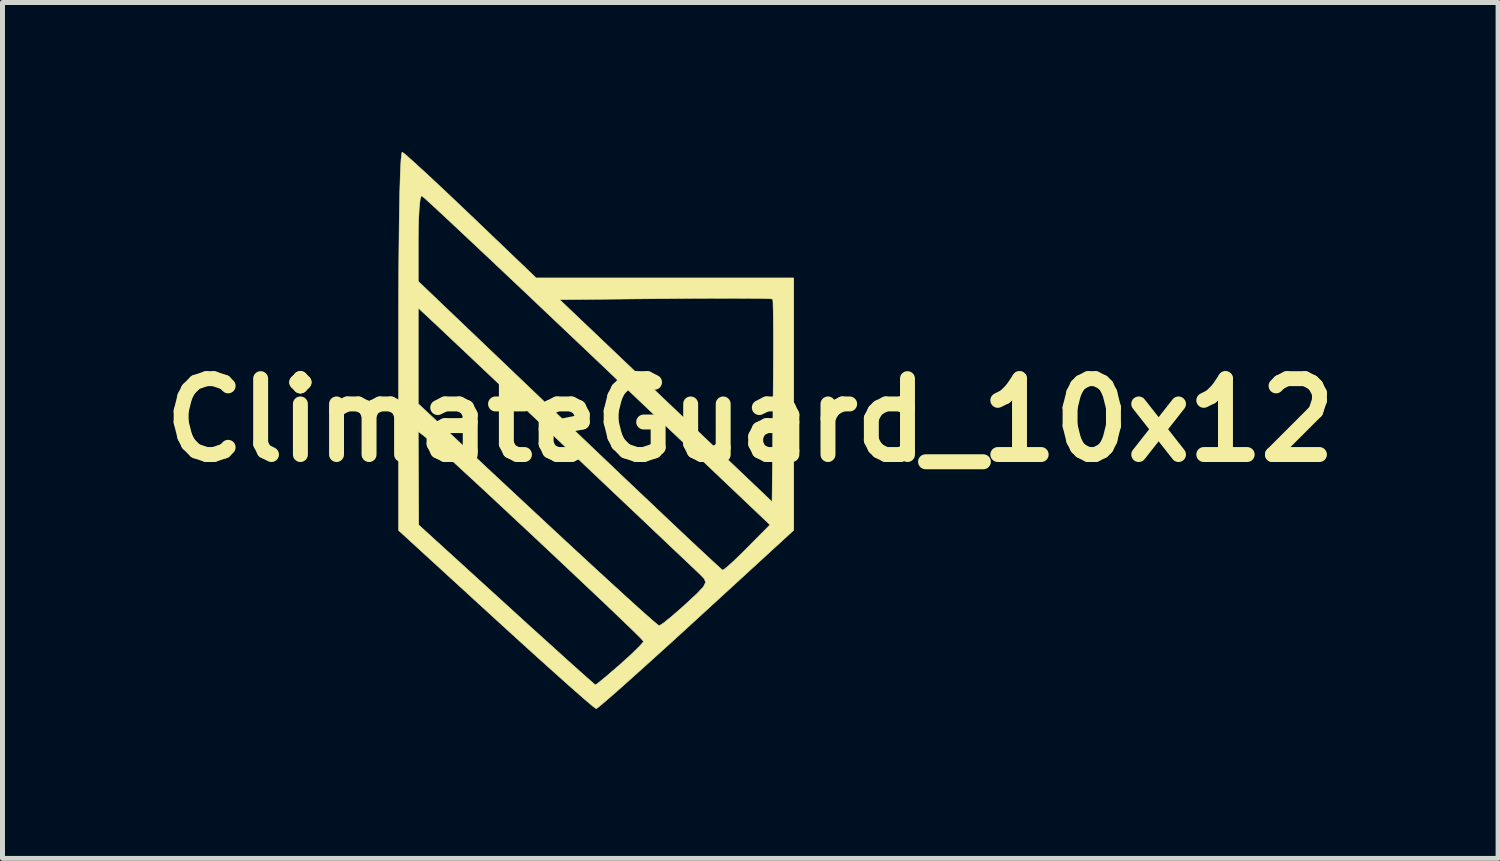
<source format=kicad_pcb>
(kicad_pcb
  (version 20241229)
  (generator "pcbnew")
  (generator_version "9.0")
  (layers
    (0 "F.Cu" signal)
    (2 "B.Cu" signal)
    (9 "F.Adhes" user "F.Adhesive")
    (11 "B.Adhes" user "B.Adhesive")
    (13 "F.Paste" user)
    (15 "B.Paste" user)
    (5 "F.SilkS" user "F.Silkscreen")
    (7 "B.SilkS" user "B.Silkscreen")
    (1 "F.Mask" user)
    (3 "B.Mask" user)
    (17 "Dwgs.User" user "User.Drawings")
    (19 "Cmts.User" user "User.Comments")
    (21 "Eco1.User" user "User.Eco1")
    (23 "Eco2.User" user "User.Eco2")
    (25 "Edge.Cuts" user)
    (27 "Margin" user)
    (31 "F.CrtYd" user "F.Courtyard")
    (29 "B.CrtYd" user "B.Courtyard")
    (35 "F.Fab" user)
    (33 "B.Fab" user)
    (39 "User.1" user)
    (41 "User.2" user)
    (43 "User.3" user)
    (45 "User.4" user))
  (footprint "ClimateGuard_10x12"
    (layer "F.Cu")
    (at 12.018 5.389)
    (property "Reference" "ClimateGuard_10x12" (at 0 0 0) (layer "F.SilkS") (effects (font (size 1.524 1.524) (thickness 0.3))))
    (attr through_hole)
    (fp_poly (pts (xy -6.913 -5.324) (xy -6.739 -5.169) (xy -6.485 -4.936) (xy -6.169 -4.641) (xy -5.808 -4.299) (xy -5.607 -4.108) (xy -4.3 -2.857) (xy 0.873 -2.857) (xy 0.873 2.209) (xy -1.083 4.002) (xy -1.55 4.429) (xy -1.981 4.819) (xy -2.361 5.161) (xy -2.676 5.442) (xy -2.913 5.648) (xy -3.057 5.768) (xy -3.095 5.794) (xy -3.165 5.743) (xy -3.338 5.596) (xy -3.599 5.367) (xy -3.935 5.067) (xy -4.332 4.71) (xy -4.775 4.308) (xy -5.108 4.004) (xy -7.064 2.213) (xy -7.064 0.227) (xy -6.668 0.227) (xy -6.663 1.165) (xy -6.659 2.103) (xy -4.897 3.708) (xy -4.455 4.111) (xy -4.051 4.476) (xy -3.702 4.792) (xy -3.42 5.045) (xy -3.221 5.221) (xy -3.12 5.309) (xy -3.11 5.316) (xy -3.043 5.268) (xy -2.888 5.14) (xy -2.675 4.957) (xy -2.614 4.904) (xy -2.393 4.704) (xy -2.228 4.543) (xy -2.147 4.451) (xy -2.143 4.442) (xy -2.199 4.38) (xy -2.355 4.225) (xy -2.597 3.992) (xy -2.909 3.694) (xy -3.276 3.347) (xy -3.681 2.965) (xy -4.109 2.562) (xy -4.545 2.154) (xy -4.973 1.754) (xy -5.377 1.378) (xy -5.743 1.04) (xy -6.054 0.754) (xy -6.295 0.536) (xy -6.451 0.399) (xy -6.484 0.371) (xy -6.668 0.227) (xy -7.064 0.227) (xy -7.064 -0.33) (xy -6.668 -0.33) (xy -4.277 1.899) (xy -3.761 2.379) (xy -3.281 2.823) (xy -2.848 3.221) (xy -2.476 3.561) (xy -2.177 3.831) (xy -1.963 4.02) (xy -1.847 4.117) (xy -1.83 4.128) (xy -1.748 4.077) (xy -1.583 3.944) (xy -1.365 3.754) (xy -1.303 3.697) (xy -1.072 3.483) (xy -0.942 3.346) (xy -0.898 3.256) (xy -0.924 3.185) (xy -0.992 3.113) (xy -1.083 3.026) (xy -1.275 2.844) (xy -1.553 2.581) (xy -1.903 2.249) (xy -2.31 1.863) (xy -2.761 1.437) (xy -3.239 0.984) (xy -3.732 0.518) (xy -4.224 0.053) (xy -4.7 -0.398) (xy -5.147 -0.821) (xy -5.55 -1.202) (xy -5.895 -1.527) (xy -6.166 -1.783) (xy -6.349 -1.956) (xy -6.41 -2.012) (xy -6.668 -2.254) (xy -6.668 -0.33) (xy -7.064 -0.33) (xy -7.064 -1.599) (xy -7.063 -2.499) (xy -7.058 -3.293) (xy -7.054 -3.663) (xy -6.668 -3.663) (xy -6.668 -2.789) (xy -3.631 0.11) (xy -3.052 0.662) (xy -2.507 1.181) (xy -2.007 1.654) (xy -1.564 2.074) (xy -1.188 2.428) (xy -0.889 2.707) (xy -0.679 2.902) (xy -0.568 3.001) (xy -0.553 3.012) (xy -0.482 2.962) (xy -0.329 2.824) (xy -0.124 2.625) (xy -0.058 2.558) (xy 0.395 2.101) (xy -3.071 -1.192) (xy -3.693 -1.782) (xy -4.281 -2.339) (xy -4.367 -2.421) (xy -3.828 -2.421) (xy -1.696 -0.392) (xy 0.437 1.637) (xy 0.458 -0.384) (xy 0.462 -0.933) (xy 0.465 -1.428) (xy 0.464 -1.847) (xy 0.461 -2.169) (xy 0.456 -2.371) (xy 0.45 -2.434) (xy 0.366 -2.441) (xy 0.144 -2.446) (xy -0.194 -2.448) (xy -0.629 -2.449) (xy -1.139 -2.447) (xy -1.703 -2.442) (xy -1.704 -2.442) (xy -3.828 -2.421) (xy -4.367 -2.421) (xy -4.825 -2.854) (xy -5.315 -3.316) (xy -5.742 -3.717) (xy -6.093 -4.046) (xy -6.361 -4.295) (xy -6.534 -4.453) (xy -6.602 -4.511) (xy -6.602 -4.511) (xy -6.628 -4.448) (xy -6.649 -4.257) (xy -6.663 -3.969) (xy -6.668 -3.663) (xy -7.054 -3.663) (xy -7.051 -3.971) (xy -7.041 -4.526) (xy -7.029 -4.95) (xy -7.014 -5.235) (xy -6.997 -5.372) (xy -6.989 -5.384) (xy -6.913 -5.324)) (stroke (width 0.01) (type solid)) (fill yes) (layer "F.SilkS")))
  (gr_rect
    (start -3 -3)
    (end 27.036 14.189)
    (stroke (width 0.1) (type default))
    (fill no)
    (layer "Edge.Cuts")))
</source>
